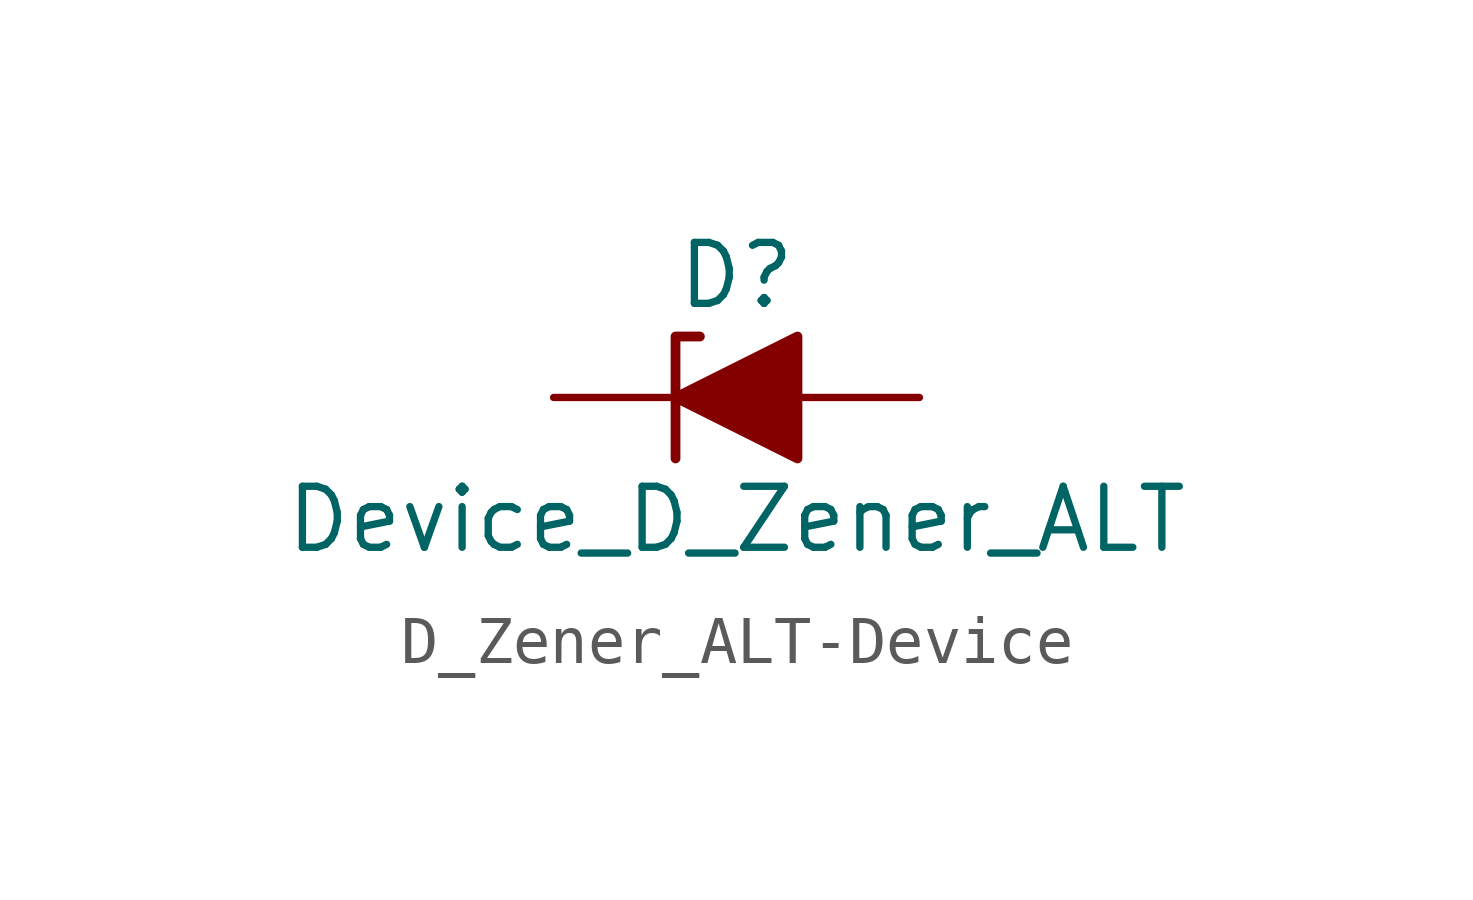
<source format=kicad_sym>
(kicad_symbol_lib
  (version 20220914)
  (generator kicad_symbol_editor)
  (symbol "D_Zener_ALT-Device"
    (pin_numbers hide)
    (pin_names
      (offset 1.016) hide)
    (property "Reference" "D"
      (at 0 2.54 0)
      (effects (font (size 1.27 1.27))))
    (property "Value" "Device_D_Zener_ALT"
      (at 0 -2.54 0)
      (effects (font (size 1.27 1.27))))
    (symbol "D_Zener_ALT-Device_0_1"
      (polyline (pts (xy 1.27 0) (xy -1.27 0)) (stroke (width 0) (type solid)) (fill (type none)))
      (polyline (pts (xy -1.27 -1.27) (xy -1.27 1.27) (xy -0.762 1.27)) (stroke (width 0.203) (type solid)) (fill (type none)))
      (polyline (pts (xy 1.27 -1.27) (xy 1.27 1.27) (xy -1.27 0) (xy 1.27 -1.27)) (stroke (width 0.203) (type solid)) (fill (type outline))))
    (symbol "D_Zener_ALT-Device_1_1"
      (pin passive line (at -3.81 0 0) (length 2.54) (name "K" (effects (font (size 1.27 1.27)))) (number "1" (effects (font (size 1.27 1.27)))))
      (pin passive line (at 3.81 0 180) (length 2.54) (name "A" (effects (font (size 1.27 1.27)))) (number "2" (effects (font (size 1.27 1.27))))))))
</source>
